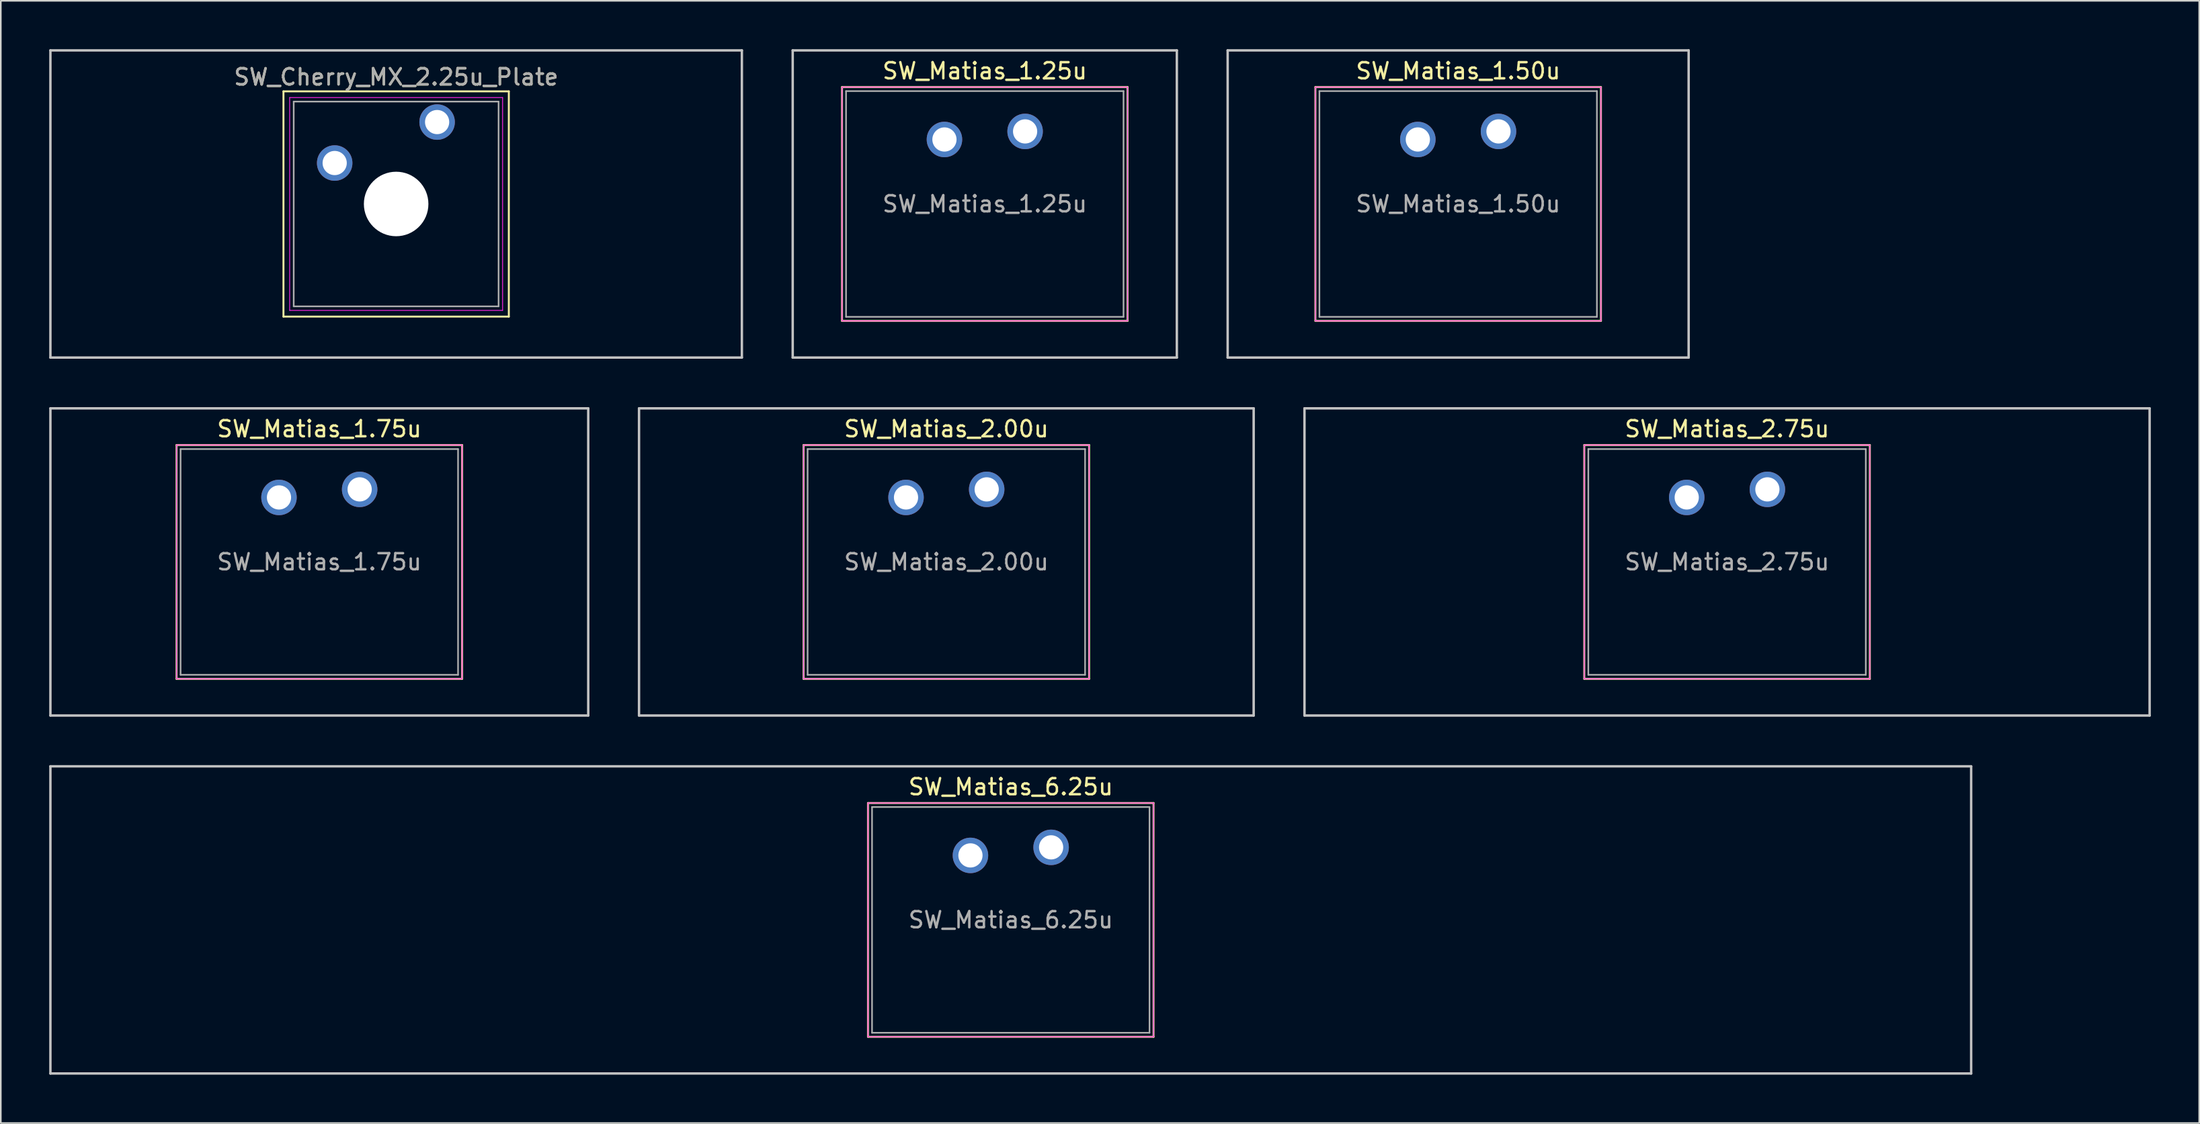
<source format=kicad_pcb>
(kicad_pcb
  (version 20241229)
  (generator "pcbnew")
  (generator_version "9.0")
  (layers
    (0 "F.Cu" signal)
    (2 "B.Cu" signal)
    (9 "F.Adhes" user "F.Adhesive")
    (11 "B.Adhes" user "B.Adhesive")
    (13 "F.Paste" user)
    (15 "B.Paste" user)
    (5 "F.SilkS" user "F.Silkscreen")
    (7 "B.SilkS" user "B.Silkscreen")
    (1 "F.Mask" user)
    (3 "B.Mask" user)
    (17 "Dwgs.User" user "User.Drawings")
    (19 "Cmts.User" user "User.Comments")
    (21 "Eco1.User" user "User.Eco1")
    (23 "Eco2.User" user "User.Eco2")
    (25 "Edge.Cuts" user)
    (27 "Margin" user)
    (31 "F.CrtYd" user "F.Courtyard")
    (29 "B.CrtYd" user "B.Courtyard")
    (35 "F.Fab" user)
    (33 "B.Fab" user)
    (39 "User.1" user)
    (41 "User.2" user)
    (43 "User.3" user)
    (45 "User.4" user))
  (footprint "SW_Matias_2.00u"
    (layer "F.Cu")
    (at 58.112 27.3)
    (property "Reference" "SW_Matias_2.00u" (at -2.5 -3.75 0) (layer "F.SilkS") (effects (font (size 1 1) (thickness 0.15))))
    (attr through_hole)
    (fp_line (start -11.35 -2.75) (end 6.35 -2.75) (stroke (width 0.12) (type solid)) (layer "F.SilkS"))
    (fp_line (start -11.35 11.75) (end -11.35 -2.75) (stroke (width 0.12) (type solid)) (layer "F.SilkS"))
    (fp_line (start 6.35 -2.75) (end 6.35 11.75) (stroke (width 0.12) (type solid)) (layer "F.SilkS"))
    (fp_line (start 6.35 11.75) (end -11.35 11.75) (stroke (width 0.12) (type solid)) (layer "F.SilkS"))
    (fp_line (start -21.55 -5.025) (end 16.55 -5.025) (stroke (width 0.15) (type solid)) (layer "Dwgs.User"))
    (fp_line (start -21.55 14.025) (end -21.55 -5.025) (stroke (width 0.15) (type solid)) (layer "Dwgs.User"))
    (fp_line (start 16.55 -5.025) (end 16.55 14.025) (stroke (width 0.15) (type solid)) (layer "Dwgs.User"))
    (fp_line (start 16.55 14.025) (end -21.55 14.025) (stroke (width 0.15) (type solid)) (layer "Dwgs.User"))
    (fp_line (start -11.35 -2.75) (end -11.35 11.75) (stroke (width 0.05) (type solid)) (layer "F.CrtYd"))
    (fp_line (start -11.35 -2.75) (end 6.35 -2.75) (stroke (width 0.05) (type solid)) (layer "F.CrtYd"))
    (fp_line (start -11.35 11.75) (end 6.35 11.75) (stroke (width 0.05) (type solid)) (layer "F.CrtYd"))
    (fp_line (start 6.35 11.75) (end 6.35 -2.75) (stroke (width 0.05) (type solid)) (layer "F.CrtYd"))
    (fp_line (start -11.1 -2.5) (end 6.1 -2.5) (stroke (width 0.1) (type solid)) (layer "F.Fab"))
    (fp_line (start -11.1 11.5) (end -11.1 -2.5) (stroke (width 0.1) (type solid)) (layer "F.Fab"))
    (fp_line (start 6.1 -2.5) (end 6.1 11.5) (stroke (width 0.1) (type solid)) (layer "F.Fab"))
    (fp_line (start 6.1 11.5) (end -11.1 11.5) (stroke (width 0.1) (type solid)) (layer "F.Fab"))
    (fp_text user "${REFERENCE}" (at -2.5 4.5 0) (layer "F.Fab") (effects (font (size 1 1) (thickness 0.15))))
    (pad "1" thru_hole circle (at 0 0) (size 2.2 2.2) (drill 1.5) (layers "*.Cu" "*.Mask"))
    (pad "2" thru_hole circle (at -5 0.5) (size 2.2 2.2) (drill 1.5) (layers "*.Cu" "*.Mask")))
  (footprint "SW_Matias_6.25u"
    (layer "F.Cu")
    (at 62.106 49.5)
    (property "Reference" "SW_Matias_6.25u" (at -2.5 -3.75 0) (layer "F.SilkS") (effects (font (size 1 1) (thickness 0.15))))
    (attr through_hole)
    (fp_line (start -11.35 -2.75) (end 6.35 -2.75) (stroke (width 0.12) (type solid)) (layer "F.SilkS"))
    (fp_line (start -11.35 11.75) (end -11.35 -2.75) (stroke (width 0.12) (type solid)) (layer "F.SilkS"))
    (fp_line (start 6.35 -2.75) (end 6.35 11.75) (stroke (width 0.12) (type solid)) (layer "F.SilkS"))
    (fp_line (start 6.35 11.75) (end -11.35 11.75) (stroke (width 0.12) (type solid)) (layer "F.SilkS"))
    (fp_line (start -62.031 -5.025) (end 57.031 -5.025) (stroke (width 0.15) (type solid)) (layer "Dwgs.User"))
    (fp_line (start -62.031 14.025) (end -62.031 -5.025) (stroke (width 0.15) (type solid)) (layer "Dwgs.User"))
    (fp_line (start 57.031 -5.025) (end 57.031 14.025) (stroke (width 0.15) (type solid)) (layer "Dwgs.User"))
    (fp_line (start 57.031 14.025) (end -62.031 14.025) (stroke (width 0.15) (type solid)) (layer "Dwgs.User"))
    (fp_line (start -11.35 -2.75) (end -11.35 11.75) (stroke (width 0.05) (type solid)) (layer "F.CrtYd"))
    (fp_line (start -11.35 -2.75) (end 6.35 -2.75) (stroke (width 0.05) (type solid)) (layer "F.CrtYd"))
    (fp_line (start -11.35 11.75) (end 6.35 11.75) (stroke (width 0.05) (type solid)) (layer "F.CrtYd"))
    (fp_line (start 6.35 11.75) (end 6.35 -2.75) (stroke (width 0.05) (type solid)) (layer "F.CrtYd"))
    (fp_line (start -11.1 -2.5) (end 6.1 -2.5) (stroke (width 0.1) (type solid)) (layer "F.Fab"))
    (fp_line (start -11.1 11.5) (end -11.1 -2.5) (stroke (width 0.1) (type solid)) (layer "F.Fab"))
    (fp_line (start 6.1 -2.5) (end 6.1 11.5) (stroke (width 0.1) (type solid)) (layer "F.Fab"))
    (fp_line (start 6.1 11.5) (end -11.1 11.5) (stroke (width 0.1) (type solid)) (layer "F.Fab"))
    (fp_text user "${REFERENCE}" (at -2.5 4.5 0) (layer "F.Fab") (effects (font (size 1 1) (thickness 0.15))))
    (pad "1" thru_hole circle (at 0 0) (size 2.2 2.2) (drill 1.5) (layers "*.Cu" "*.Mask"))
    (pad "2" thru_hole circle (at -5 0.5) (size 2.2 2.2) (drill 1.5) (layers "*.Cu" "*.Mask")))
  (footprint "SW_Matias_2.75u"
    (layer "F.Cu")
    (at 106.506 27.3)
    (property "Reference" "SW_Matias_2.75u" (at -2.5 -3.75 0) (layer "F.SilkS") (effects (font (size 1 1) (thickness 0.15))))
    (attr through_hole)
    (fp_line (start -11.35 -2.75) (end 6.35 -2.75) (stroke (width 0.12) (type solid)) (layer "F.SilkS"))
    (fp_line (start -11.35 11.75) (end -11.35 -2.75) (stroke (width 0.12) (type solid)) (layer "F.SilkS"))
    (fp_line (start 6.35 -2.75) (end 6.35 11.75) (stroke (width 0.12) (type solid)) (layer "F.SilkS"))
    (fp_line (start 6.35 11.75) (end -11.35 11.75) (stroke (width 0.12) (type solid)) (layer "F.SilkS"))
    (fp_line (start -28.694 -5.025) (end 23.694 -5.025) (stroke (width 0.15) (type solid)) (layer "Dwgs.User"))
    (fp_line (start -28.694 14.025) (end -28.694 -5.025) (stroke (width 0.15) (type solid)) (layer "Dwgs.User"))
    (fp_line (start 23.694 -5.025) (end 23.694 14.025) (stroke (width 0.15) (type solid)) (layer "Dwgs.User"))
    (fp_line (start 23.694 14.025) (end -28.694 14.025) (stroke (width 0.15) (type solid)) (layer "Dwgs.User"))
    (fp_line (start -11.35 -2.75) (end -11.35 11.75) (stroke (width 0.05) (type solid)) (layer "F.CrtYd"))
    (fp_line (start -11.35 -2.75) (end 6.35 -2.75) (stroke (width 0.05) (type solid)) (layer "F.CrtYd"))
    (fp_line (start -11.35 11.75) (end 6.35 11.75) (stroke (width 0.05) (type solid)) (layer "F.CrtYd"))
    (fp_line (start 6.35 11.75) (end 6.35 -2.75) (stroke (width 0.05) (type solid)) (layer "F.CrtYd"))
    (fp_line (start -11.1 -2.5) (end 6.1 -2.5) (stroke (width 0.1) (type solid)) (layer "F.Fab"))
    (fp_line (start -11.1 11.5) (end -11.1 -2.5) (stroke (width 0.1) (type solid)) (layer "F.Fab"))
    (fp_line (start 6.1 -2.5) (end 6.1 11.5) (stroke (width 0.1) (type solid)) (layer "F.Fab"))
    (fp_line (start 6.1 11.5) (end -11.1 11.5) (stroke (width 0.1) (type solid)) (layer "F.Fab"))
    (fp_text user "${REFERENCE}" (at -2.5 4.5 0) (layer "F.Fab") (effects (font (size 1 1) (thickness 0.15))))
    (pad "1" thru_hole circle (at 0 0) (size 2.2 2.2) (drill 1.5) (layers "*.Cu" "*.Mask"))
    (pad "2" thru_hole circle (at -5 0.5) (size 2.2 2.2) (drill 1.5) (layers "*.Cu" "*.Mask")))
  (footprint "SW_Matias_1.25u"
    (layer "F.Cu")
    (at 60.494 5.1)
    (property "Reference" "SW_Matias_1.25u" (at -2.5 -3.75 0) (layer "F.SilkS") (effects (font (size 1 1) (thickness 0.15))))
    (attr through_hole)
    (fp_line (start -11.35 -2.75) (end 6.35 -2.75) (stroke (width 0.12) (type solid)) (layer "F.SilkS"))
    (fp_line (start -11.35 11.75) (end -11.35 -2.75) (stroke (width 0.12) (type solid)) (layer "F.SilkS"))
    (fp_line (start 6.35 -2.75) (end 6.35 11.75) (stroke (width 0.12) (type solid)) (layer "F.SilkS"))
    (fp_line (start 6.35 11.75) (end -11.35 11.75) (stroke (width 0.12) (type solid)) (layer "F.SilkS"))
    (fp_line (start -14.406 -5.025) (end 9.406 -5.025) (stroke (width 0.15) (type solid)) (layer "Dwgs.User"))
    (fp_line (start -14.406 14.025) (end -14.406 -5.025) (stroke (width 0.15) (type solid)) (layer "Dwgs.User"))
    (fp_line (start 9.406 -5.025) (end 9.406 14.025) (stroke (width 0.15) (type solid)) (layer "Dwgs.User"))
    (fp_line (start 9.406 14.025) (end -14.406 14.025) (stroke (width 0.15) (type solid)) (layer "Dwgs.User"))
    (fp_line (start -11.35 -2.75) (end -11.35 11.75) (stroke (width 0.05) (type solid)) (layer "F.CrtYd"))
    (fp_line (start -11.35 -2.75) (end 6.35 -2.75) (stroke (width 0.05) (type solid)) (layer "F.CrtYd"))
    (fp_line (start -11.35 11.75) (end 6.35 11.75) (stroke (width 0.05) (type solid)) (layer "F.CrtYd"))
    (fp_line (start 6.35 11.75) (end 6.35 -2.75) (stroke (width 0.05) (type solid)) (layer "F.CrtYd"))
    (fp_line (start -11.1 -2.5) (end 6.1 -2.5) (stroke (width 0.1) (type solid)) (layer "F.Fab"))
    (fp_line (start -11.1 11.5) (end -11.1 -2.5) (stroke (width 0.1) (type solid)) (layer "F.Fab"))
    (fp_line (start 6.1 -2.5) (end 6.1 11.5) (stroke (width 0.1) (type solid)) (layer "F.Fab"))
    (fp_line (start 6.1 11.5) (end -11.1 11.5) (stroke (width 0.1) (type solid)) (layer "F.Fab"))
    (fp_text user "${REFERENCE}" (at -2.5 4.5 0) (layer "F.Fab") (effects (font (size 1 1) (thickness 0.15))))
    (pad "1" thru_hole circle (at 0 0) (size 2.2 2.2) (drill 1.5) (layers "*.Cu" "*.Mask"))
    (pad "2" thru_hole circle (at -5 0.5) (size 2.2 2.2) (drill 1.5) (layers "*.Cu" "*.Mask")))
  (footprint "SW_Matias_1.50u"
    (layer "F.Cu")
    (at 89.838 5.1)
    (property "Reference" "SW_Matias_1.50u" (at -2.5 -3.75 0) (layer "F.SilkS") (effects (font (size 1 1) (thickness 0.15))))
    (attr through_hole)
    (fp_line (start -11.35 -2.75) (end 6.35 -2.75) (stroke (width 0.12) (type solid)) (layer "F.SilkS"))
    (fp_line (start -11.35 11.75) (end -11.35 -2.75) (stroke (width 0.12) (type solid)) (layer "F.SilkS"))
    (fp_line (start 6.35 -2.75) (end 6.35 11.75) (stroke (width 0.12) (type solid)) (layer "F.SilkS"))
    (fp_line (start 6.35 11.75) (end -11.35 11.75) (stroke (width 0.12) (type solid)) (layer "F.SilkS"))
    (fp_line (start -16.788 -5.025) (end 11.787 -5.025) (stroke (width 0.15) (type solid)) (layer "Dwgs.User"))
    (fp_line (start -16.788 14.025) (end -16.788 -5.025) (stroke (width 0.15) (type solid)) (layer "Dwgs.User"))
    (fp_line (start 11.787 -5.025) (end 11.787 14.025) (stroke (width 0.15) (type solid)) (layer "Dwgs.User"))
    (fp_line (start 11.787 14.025) (end -16.788 14.025) (stroke (width 0.15) (type solid)) (layer "Dwgs.User"))
    (fp_line (start -11.35 -2.75) (end -11.35 11.75) (stroke (width 0.05) (type solid)) (layer "F.CrtYd"))
    (fp_line (start -11.35 -2.75) (end 6.35 -2.75) (stroke (width 0.05) (type solid)) (layer "F.CrtYd"))
    (fp_line (start -11.35 11.75) (end 6.35 11.75) (stroke (width 0.05) (type solid)) (layer "F.CrtYd"))
    (fp_line (start 6.35 11.75) (end 6.35 -2.75) (stroke (width 0.05) (type solid)) (layer "F.CrtYd"))
    (fp_line (start -11.1 -2.5) (end 6.1 -2.5) (stroke (width 0.1) (type solid)) (layer "F.Fab"))
    (fp_line (start -11.1 11.5) (end -11.1 -2.5) (stroke (width 0.1) (type solid)) (layer "F.Fab"))
    (fp_line (start 6.1 -2.5) (end 6.1 11.5) (stroke (width 0.1) (type solid)) (layer "F.Fab"))
    (fp_line (start 6.1 11.5) (end -11.1 11.5) (stroke (width 0.1) (type solid)) (layer "F.Fab"))
    (fp_text user "${REFERENCE}" (at -2.5 4.5 0) (layer "F.Fab") (effects (font (size 1 1) (thickness 0.15))))
    (pad "1" thru_hole circle (at 0 0) (size 2.2 2.2) (drill 1.5) (layers "*.Cu" "*.Mask"))
    (pad "2" thru_hole circle (at -5 0.5) (size 2.2 2.2) (drill 1.5) (layers "*.Cu" "*.Mask")))
  (footprint "SW_Matias_1.75u"
    (layer "F.Cu")
    (at 19.244 27.3)
    (property "Reference" "SW_Matias_1.75u" (at -2.5 -3.75 0) (layer "F.SilkS") (effects (font (size 1 1) (thickness 0.15))))
    (attr through_hole)
    (fp_line (start -11.35 -2.75) (end 6.35 -2.75) (stroke (width 0.12) (type solid)) (layer "F.SilkS"))
    (fp_line (start -11.35 11.75) (end -11.35 -2.75) (stroke (width 0.12) (type solid)) (layer "F.SilkS"))
    (fp_line (start 6.35 -2.75) (end 6.35 11.75) (stroke (width 0.12) (type solid)) (layer "F.SilkS"))
    (fp_line (start 6.35 11.75) (end -11.35 11.75) (stroke (width 0.12) (type solid)) (layer "F.SilkS"))
    (fp_line (start -19.169 -5.025) (end 14.169 -5.025) (stroke (width 0.15) (type solid)) (layer "Dwgs.User"))
    (fp_line (start -19.169 14.025) (end -19.169 -5.025) (stroke (width 0.15) (type solid)) (layer "Dwgs.User"))
    (fp_line (start 14.169 -5.025) (end 14.169 14.025) (stroke (width 0.15) (type solid)) (layer "Dwgs.User"))
    (fp_line (start 14.169 14.025) (end -19.169 14.025) (stroke (width 0.15) (type solid)) (layer "Dwgs.User"))
    (fp_line (start -11.35 -2.75) (end -11.35 11.75) (stroke (width 0.05) (type solid)) (layer "F.CrtYd"))
    (fp_line (start -11.35 -2.75) (end 6.35 -2.75) (stroke (width 0.05) (type solid)) (layer "F.CrtYd"))
    (fp_line (start -11.35 11.75) (end 6.35 11.75) (stroke (width 0.05) (type solid)) (layer "F.CrtYd"))
    (fp_line (start 6.35 11.75) (end 6.35 -2.75) (stroke (width 0.05) (type solid)) (layer "F.CrtYd"))
    (fp_line (start -11.1 -2.5) (end 6.1 -2.5) (stroke (width 0.1) (type solid)) (layer "F.Fab"))
    (fp_line (start -11.1 11.5) (end -11.1 -2.5) (stroke (width 0.1) (type solid)) (layer "F.Fab"))
    (fp_line (start 6.1 -2.5) (end 6.1 11.5) (stroke (width 0.1) (type solid)) (layer "F.Fab"))
    (fp_line (start 6.1 11.5) (end -11.1 11.5) (stroke (width 0.1) (type solid)) (layer "F.Fab"))
    (fp_text user "${REFERENCE}" (at -2.5 4.5 0) (layer "F.Fab") (effects (font (size 1 1) (thickness 0.15))))
    (pad "1" thru_hole circle (at 0 0) (size 2.2 2.2) (drill 1.5) (layers "*.Cu" "*.Mask"))
    (pad "2" thru_hole circle (at -5 0.5) (size 2.2 2.2) (drill 1.5) (layers "*.Cu" "*.Mask")))
  (footprint "SW_Cherry_MX_2.25u_Plate"
    (layer "F.Cu")
    (at 24.046 4.52)
    (property "Reference" "SW_Cherry_MX_2.25u_Plate" (at -2.54 -2.794 0) (layer "F.SilkS") (effects (font (size 1 1) (thickness 0.15))))
    (attr through_hole)
    (fp_line (start -9.525 -1.905) (end 4.445 -1.905) (stroke (width 0.12) (type solid)) (layer "F.SilkS"))
    (fp_line (start -9.525 12.065) (end -9.525 -1.905) (stroke (width 0.12) (type solid)) (layer "F.SilkS"))
    (fp_line (start 4.445 -1.905) (end 4.445 12.065) (stroke (width 0.12) (type solid)) (layer "F.SilkS"))
    (fp_line (start 4.445 12.065) (end -9.525 12.065) (stroke (width 0.12) (type solid)) (layer "F.SilkS"))
    (fp_line (start -23.971 -4.445) (end 18.891 -4.445) (stroke (width 0.15) (type solid)) (layer "Dwgs.User"))
    (fp_line (start -23.971 14.605) (end -23.971 -4.445) (stroke (width 0.15) (type solid)) (layer "Dwgs.User"))
    (fp_line (start 18.891 -4.445) (end 18.891 14.605) (stroke (width 0.15) (type solid)) (layer "Dwgs.User"))
    (fp_line (start 18.891 14.605) (end -23.971 14.605) (stroke (width 0.15) (type solid)) (layer "Dwgs.User"))
    (fp_line (start -9.14 -1.52) (end 4.06 -1.52) (stroke (width 0.05) (type solid)) (layer "F.CrtYd"))
    (fp_line (start -9.14 11.68) (end -9.14 -1.52) (stroke (width 0.05) (type solid)) (layer "F.CrtYd"))
    (fp_line (start 4.06 -1.52) (end 4.06 11.68) (stroke (width 0.05) (type solid)) (layer "F.CrtYd"))
    (fp_line (start 4.06 11.68) (end -9.14 11.68) (stroke (width 0.05) (type solid)) (layer "F.CrtYd"))
    (fp_line (start -8.89 -1.27) (end 3.81 -1.27) (stroke (width 0.1) (type solid)) (layer "F.Fab"))
    (fp_line (start -8.89 11.43) (end -8.89 -1.27) (stroke (width 0.1) (type solid)) (layer "F.Fab"))
    (fp_line (start 3.81 -1.27) (end 3.81 11.43) (stroke (width 0.1) (type solid)) (layer "F.Fab"))
    (fp_line (start 3.81 11.43) (end -8.89 11.43) (stroke (width 0.1) (type solid)) (layer "F.Fab"))
    (fp_text user "${REFERENCE}" (at -2.54 -2.794 0) (layer "F.Fab") (effects (font (size 1 1) (thickness 0.15))))
    (pad "" np_thru_hole circle (at -2.54 5.08) (size 4 4) (drill 4) (layers "*.Cu" "*.Mask"))
    (pad "1" thru_hole circle (at 0 0) (size 2.2 2.2) (drill 1.5) (layers "*.Cu" "*.Mask"))
    (pad "2" thru_hole circle (at -6.35 2.54) (size 2.2 2.2) (drill 1.5) (layers "*.Cu" "*.Mask")))
  (gr_rect
    (start -3 -3)
    (end 133.275 66.6)
    (stroke (width 0.1) (type default))
    (fill no)
    (layer "Edge.Cuts")))
</source>
